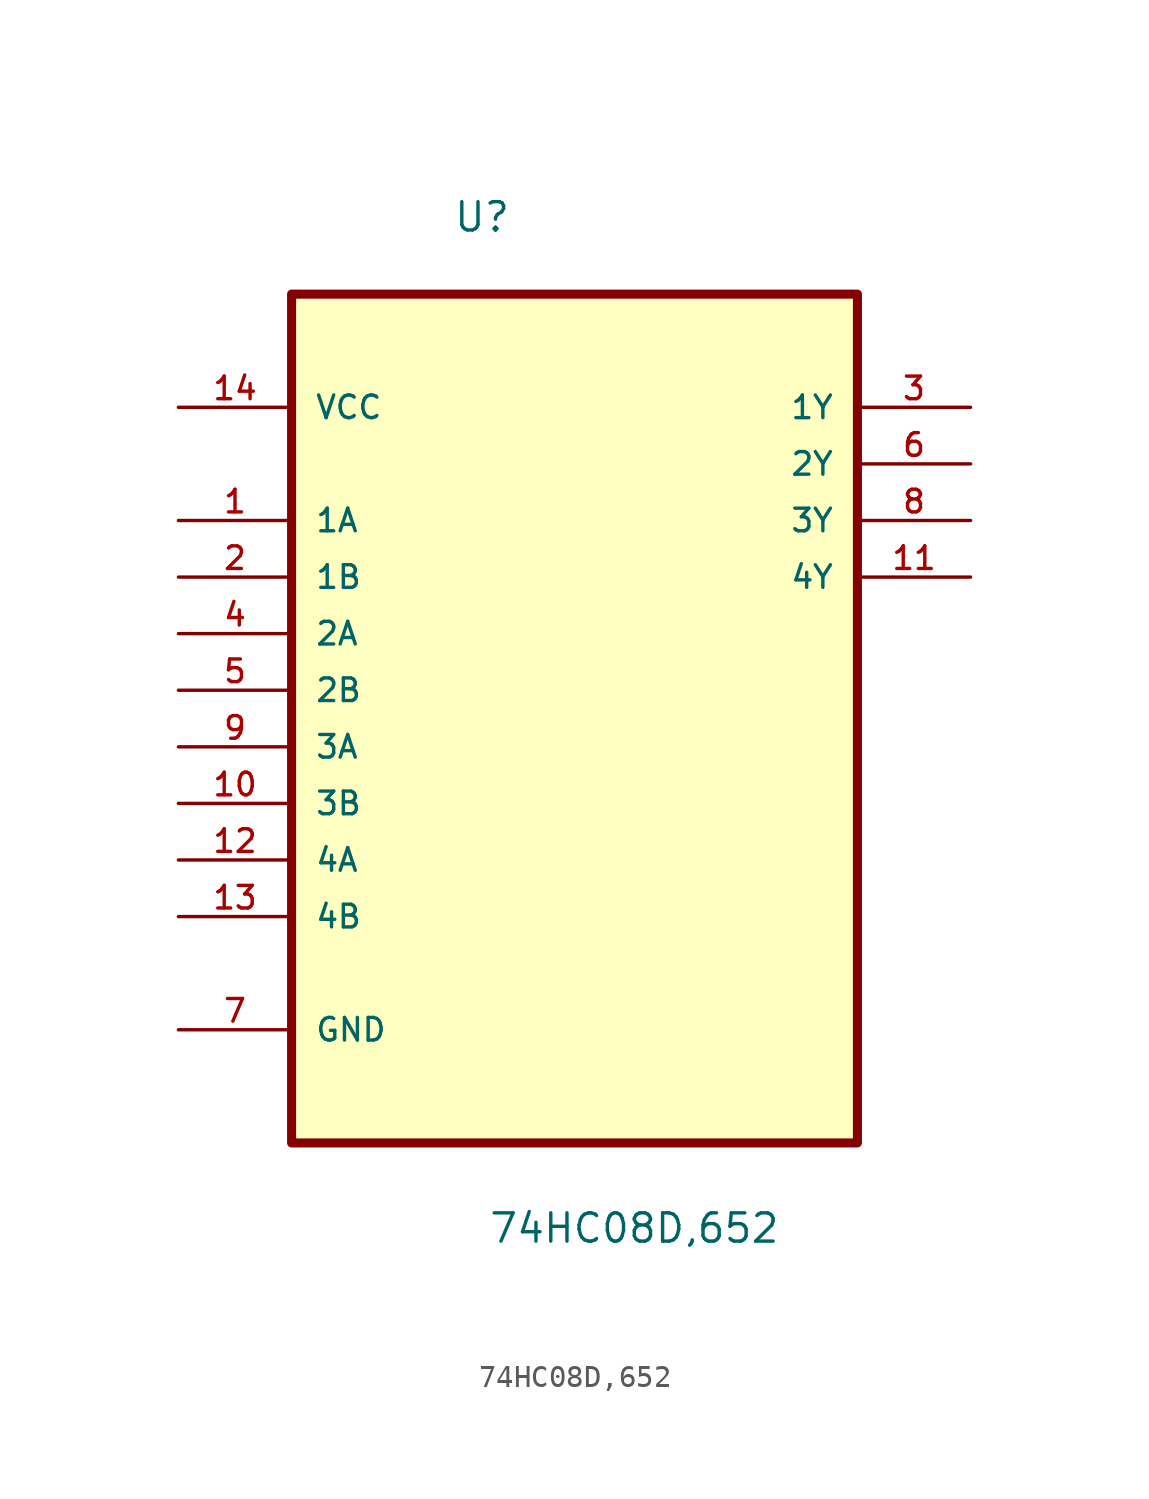
<source format=kicad_sym>
(kicad_symbol_lib
  (version 20211014)
  (generator kicad_symbol_editor)
  (symbol "74HC08D,652"
    (pin_names
      (offset 1.016))
    (property "Reference" "U"
      (at -5.461 17.958 0.0)
      (effects (font (size 1.27 1.27)) (justify bottom left)))
    (property "Value" "74HC08D,652"
      (at -3.886 -27.432 0.0)
      (effects (font (size 1.27 1.27)) (justify bottom left)))
    (symbol "74HC08D,652_0_0"
      (rectangle (start -12.7 -22.86) (end 12.7 15.24) (stroke (width 0.406)) (fill (type background)))
      (pin power_in line (at -17.78 10.16 0) (length 5.08) (name "VCC" (effects (font (size 1.016 1.016)))) (number "14" (effects (font (size 1.016 1.016)))))
      (pin input line (at -17.78 5.08 0) (length 5.08) (name "1A" (effects (font (size 1.016 1.016)))) (number "1" (effects (font (size 1.016 1.016)))))
      (pin input line (at -17.78 2.54 0) (length 5.08) (name "1B" (effects (font (size 1.016 1.016)))) (number "2" (effects (font (size 1.016 1.016)))))
      (pin input line (at -17.78 0.0 0) (length 5.08) (name "2A" (effects (font (size 1.016 1.016)))) (number "4" (effects (font (size 1.016 1.016)))))
      (pin input line (at -17.78 -2.54 0) (length 5.08) (name "2B" (effects (font (size 1.016 1.016)))) (number "5" (effects (font (size 1.016 1.016)))))
      (pin input line (at -17.78 -5.08 0) (length 5.08) (name "3A" (effects (font (size 1.016 1.016)))) (number "9" (effects (font (size 1.016 1.016)))))
      (pin input line (at -17.78 -7.62 0) (length 5.08) (name "3B" (effects (font (size 1.016 1.016)))) (number "10" (effects (font (size 1.016 1.016)))))
      (pin input line (at -17.78 -10.16 0) (length 5.08) (name "4A" (effects (font (size 1.016 1.016)))) (number "12" (effects (font (size 1.016 1.016)))))
      (pin input line (at -17.78 -12.7 0) (length 5.08) (name "4B" (effects (font (size 1.016 1.016)))) (number "13" (effects (font (size 1.016 1.016)))))
      (pin passive line (at -17.78 -17.78 0) (length 5.08) (name "GND" (effects (font (size 1.016 1.016)))) (number "7" (effects (font (size 1.016 1.016)))))
      (pin output line (at 17.78 10.16 180.0) (length 5.08) (name "1Y" (effects (font (size 1.016 1.016)))) (number "3" (effects (font (size 1.016 1.016)))))
      (pin output line (at 17.78 7.62 180.0) (length 5.08) (name "2Y" (effects (font (size 1.016 1.016)))) (number "6" (effects (font (size 1.016 1.016)))))
      (pin output line (at 17.78 5.08 180.0) (length 5.08) (name "3Y" (effects (font (size 1.016 1.016)))) (number "8" (effects (font (size 1.016 1.016)))))
      (pin output line (at 17.78 2.54 180.0) (length 5.08) (name "4Y" (effects (font (size 1.016 1.016)))) (number "11" (effects (font (size 1.016 1.016))))))))
</source>
